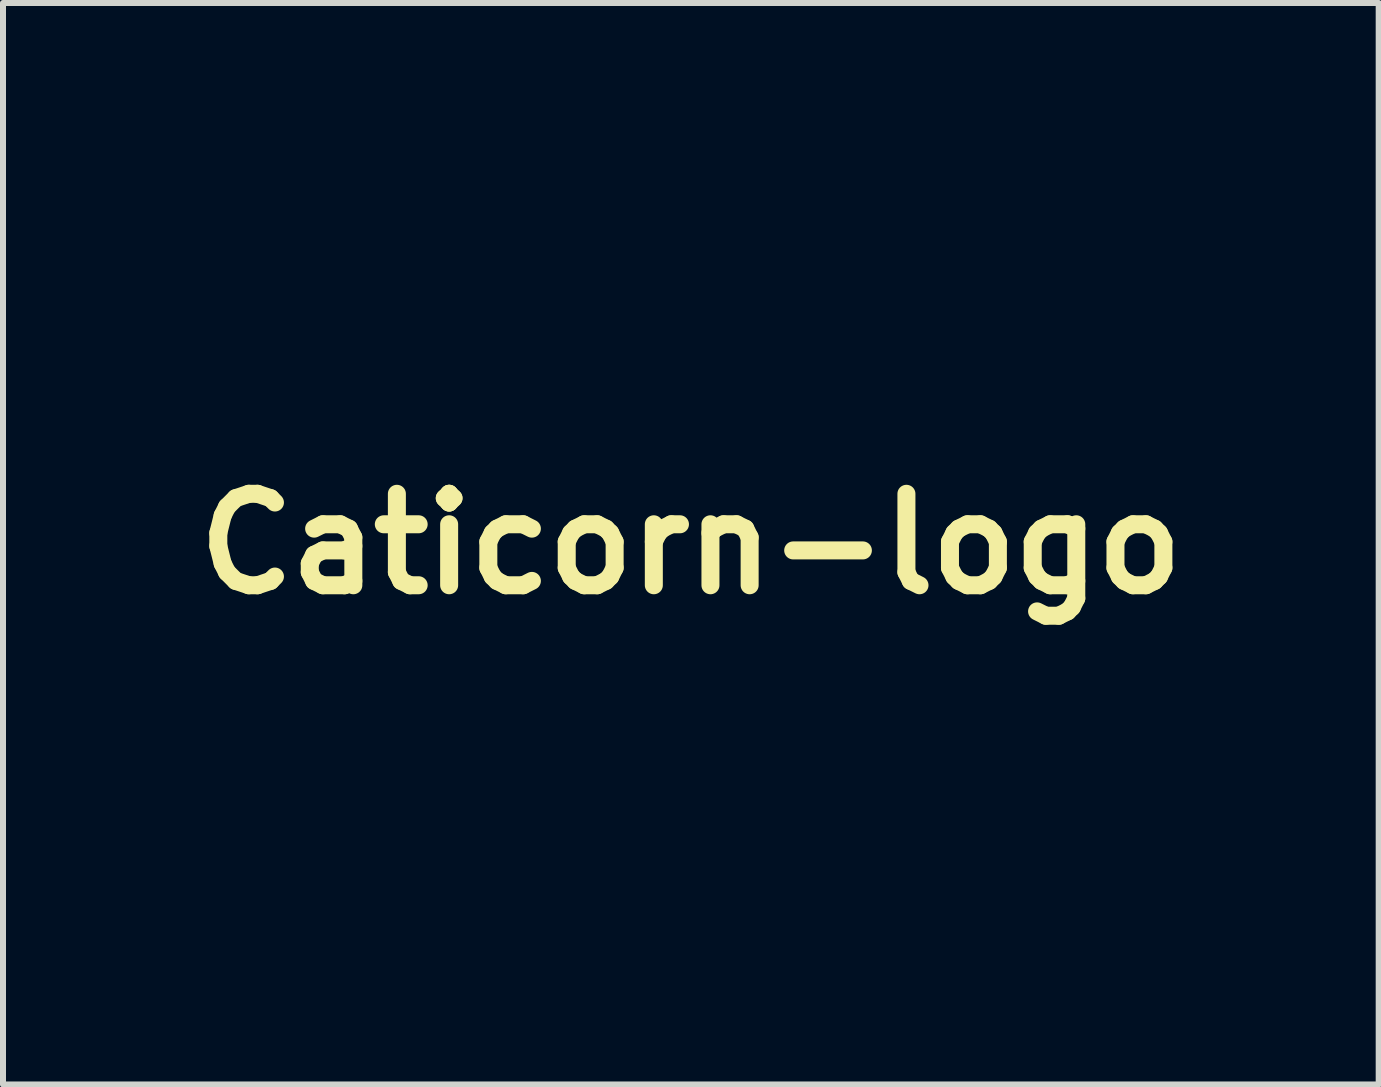
<source format=kicad_pcb>
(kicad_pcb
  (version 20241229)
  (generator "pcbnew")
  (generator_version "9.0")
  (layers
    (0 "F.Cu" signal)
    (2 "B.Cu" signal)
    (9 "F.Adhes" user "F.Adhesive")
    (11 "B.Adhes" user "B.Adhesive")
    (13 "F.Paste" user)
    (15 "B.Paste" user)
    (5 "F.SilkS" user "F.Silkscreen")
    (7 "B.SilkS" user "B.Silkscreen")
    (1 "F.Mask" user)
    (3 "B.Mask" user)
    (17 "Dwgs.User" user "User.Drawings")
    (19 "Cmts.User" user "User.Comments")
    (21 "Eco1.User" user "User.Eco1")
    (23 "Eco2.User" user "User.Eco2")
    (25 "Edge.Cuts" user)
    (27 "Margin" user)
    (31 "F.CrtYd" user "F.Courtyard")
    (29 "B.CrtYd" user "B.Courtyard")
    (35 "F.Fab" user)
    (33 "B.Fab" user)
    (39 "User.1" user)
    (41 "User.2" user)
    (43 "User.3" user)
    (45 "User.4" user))
  (footprint "Caticorn-logo"
    (layer "F.Cu")
    (at 8.462 6.013)
    (property "Reference" "Caticorn-logo" (at 0 0 0) (layer "F.SilkS") (effects (font (size 1.524 1.524) (thickness 0.3))))
    (attr board_only exclude_from_pos_files exclude_from_bom)
    (fp_poly (pts (xy 0.073 -5.98) (xy 0.129 -5.933) (xy 0.182 -5.86) (xy 0.236 -5.75) (xy 0.291 -5.604) (xy 0.348 -5.419) (xy 0.407 -5.194) (xy 0.468 -4.928) (xy 0.532 -4.619) (xy 0.598 -4.266) (xy 0.668 -3.868) (xy 0.741 -3.424) (xy 0.818 -2.931) (xy 0.898 -2.389) (xy 0.916 -2.267) (xy 1.012 -1.606) (xy 1.42 -1.47) (xy 1.569 -1.42) (xy 1.712 -1.37) (xy 1.837 -1.324) (xy 1.932 -1.287) (xy 1.968 -1.272) (xy 2.108 -1.21) (xy 2.454 -1.471) (xy 2.771 -1.702) (xy 3.056 -1.894) (xy 3.312 -2.047) (xy 3.54 -2.164) (xy 3.742 -2.243) (xy 3.876 -2.279) (xy 3.985 -2.297) (xy 4.071 -2.3) (xy 4.137 -2.282) (xy 4.186 -2.24) (xy 4.219 -2.169) (xy 4.241 -2.063) (xy 4.253 -1.918) (xy 4.258 -1.73) (xy 4.259 -1.586) (xy 4.258 -1.411) (xy 4.256 -1.275) (xy 4.252 -1.168) (xy 4.243 -1.077) (xy 4.23 -0.992) (xy 4.21 -0.901) (xy 4.183 -0.792) (xy 4.177 -0.767) (xy 4.137 -0.617) (xy 4.093 -0.457) (xy 4.05 -0.309) (xy 4.02 -0.212) (xy 3.946 0.023) (xy 4.034 0.17) (xy 4.238 0.548) (xy 4.397 0.932) (xy 4.509 1.316) (xy 4.517 1.356) (xy 4.536 1.456) (xy 4.549 1.565) (xy 4.558 1.692) (xy 4.563 1.848) (xy 4.564 2.045) (xy 4.564 2.059) (xy 4.564 2.232) (xy 4.562 2.364) (xy 4.557 2.465) (xy 4.549 2.546) (xy 4.536 2.618) (xy 4.518 2.691) (xy 4.493 2.775) (xy 4.493 2.775) (xy 4.451 2.905) (xy 4.402 3.041) (xy 4.357 3.159) (xy 4.348 3.182) (xy 4.314 3.27) (xy 4.292 3.34) (xy 4.286 3.378) (xy 4.287 3.38) (xy 4.319 3.394) (xy 4.381 3.402) (xy 4.396 3.402) (xy 4.532 3.417) (xy 4.69 3.457) (xy 4.853 3.517) (xy 5.007 3.589) (xy 5.134 3.668) (xy 5.193 3.717) (xy 5.253 3.798) (xy 5.266 3.877) (xy 5.233 3.946) (xy 5.229 3.95) (xy 5.188 3.978) (xy 5.132 3.987) (xy 5.054 3.976) (xy 4.945 3.944) (xy 4.855 3.912) (xy 4.73 3.869) (xy 4.592 3.827) (xy 4.454 3.789) (xy 4.33 3.759) (xy 4.231 3.74) (xy 4.18 3.735) (xy 4.139 3.751) (xy 4.09 3.803) (xy 4.032 3.892) (xy 3.988 3.97) (xy 3.956 4.028) (xy 3.945 4.055) (xy 3.945 4.055) (xy 3.97 4.069) (xy 4.028 4.099) (xy 4.108 4.139) (xy 4.118 4.144) (xy 4.326 4.257) (xy 4.496 4.364) (xy 4.624 4.465) (xy 4.711 4.558) (xy 4.753 4.642) (xy 4.749 4.713) (xy 4.701 4.769) (xy 4.644 4.799) (xy 4.585 4.804) (xy 4.513 4.782) (xy 4.42 4.731) (xy 4.33 4.672) (xy 4.15 4.554) (xy 3.994 4.466) (xy 3.851 4.402) (xy 3.806 4.385) (xy 3.707 4.35) (xy 3.593 4.469) (xy 3.479 4.587) (xy 3.537 4.627) (xy 3.641 4.709) (xy 3.743 4.807) (xy 3.834 4.91) (xy 3.906 5.009) (xy 3.952 5.094) (xy 3.965 5.146) (xy 3.942 5.21) (xy 3.885 5.264) (xy 3.81 5.293) (xy 3.785 5.295) (xy 3.732 5.285) (xy 3.671 5.25) (xy 3.591 5.186) (xy 3.548 5.147) (xy 3.415 5.027) (xy 3.312 4.942) (xy 3.237 4.891) (xy 3.187 4.872) (xy 3.167 4.876) (xy 3.133 4.899) (xy 3.069 4.945) (xy 2.983 5.007) (xy 2.903 5.066) (xy 2.513 5.334) (xy 2.133 5.556) (xy 1.764 5.731) (xy 1.408 5.858) (xy 1.164 5.918) (xy 0.922 5.957) (xy 0.64 5.985) (xy 0.332 6.002) (xy 0.008 6.007) (xy -0.321 6) (xy -0.608 5.984) (xy -0.961 5.94) (xy -1.306 5.863) (xy -1.65 5.749) (xy -1.997 5.598) (xy -2.354 5.406) (xy -2.726 5.171) (xy -2.862 5.077) (xy -3.002 4.981) (xy -3.106 4.917) (xy -3.177 4.881) (xy -3.219 4.872) (xy -3.223 4.873) (xy -3.261 4.896) (xy -3.326 4.945) (xy -3.409 5.015) (xy -3.483 5.08) (xy -3.595 5.177) (xy -3.681 5.243) (xy -3.749 5.279) (xy -3.807 5.293) (xy -3.866 5.287) (xy -3.872 5.285) (xy -3.928 5.249) (xy -3.952 5.181) (xy -3.946 5.093) (xy -3.909 4.992) (xy -3.849 4.896) (xy -3.793 4.836) (xy -3.712 4.766) (xy -3.63 4.705) (xy -3.477 4.601) (xy -3.587 4.476) (xy -3.649 4.411) (xy -3.703 4.365) (xy -3.735 4.35) (xy -3.788 4.362) (xy -3.874 4.397) (xy -3.982 4.45) (xy -4.103 4.515) (xy -4.227 4.588) (xy -4.343 4.663) (xy -4.348 4.666) (xy -4.442 4.727) (xy -4.525 4.775) (xy -4.586 4.804) (xy -4.606 4.809) (xy -4.678 4.786) (xy -4.73 4.729) (xy -4.753 4.65) (xy -4.742 4.567) (xy -4.709 4.525) (xy -4.638 4.466) (xy -4.537 4.394) (xy -4.414 4.314) (xy -4.278 4.233) (xy -4.182 4.181) (xy -4.085 4.129) (xy -4.007 4.087) (xy -3.96 4.062) (xy -0.971 4.062) (xy -0.971 4.113) (xy -0.952 4.182) (xy -0.919 4.254) (xy -0.904 4.277) (xy -0.79 4.4) (xy -0.651 4.482) (xy -0.493 4.52) (xy -0.325 4.514) (xy -0.151 4.461) (xy -0.15 4.46) (xy 0.001 4.392) (xy 0.135 4.46) (xy 0.297 4.516) (xy 0.467 4.524) (xy 0.601 4.499) (xy 0.687 4.461) (xy 0.772 4.399) (xy 0.85 4.323) (xy 0.914 4.242) (xy 0.955 4.164) (xy 0.967 4.099) (xy 0.951 4.062) (xy 0.926 4.06) (xy 0.897 4.103) (xy 0.883 4.134) (xy 0.818 4.251) (xy 0.732 4.33) (xy 0.612 4.384) (xy 0.592 4.391) (xy 0.456 4.416) (xy 0.328 4.414) (xy 0.218 4.387) (xy 0.134 4.339) (xy 0.087 4.271) (xy 0.081 4.248) (xy 0.089 4.189) (xy 0.132 4.129) (xy 0.217 4.064) (xy 0.294 4.018) (xy 0.402 3.94) (xy 0.474 3.843) (xy 0.516 3.716) (xy 0.528 3.638) (xy 0.531 3.538) (xy 0.506 3.48) (xy 0.45 3.46) (xy 0.358 3.475) (xy 0.351 3.477) (xy 0.263 3.511) (xy 0.166 3.56) (xy 0.126 3.583) (xy 0.058 3.625) (xy 0.008 3.652) (xy -0.008 3.658) (xy -0.036 3.645) (xy -0.094 3.612) (xy -0.146 3.58) (xy -0.264 3.515) (xy -0.369 3.476) (xy -0.452 3.465) (xy -0.501 3.48) (xy -0.529 3.533) (xy -0.536 3.617) (xy -0.522 3.717) (xy -0.489 3.818) (xy -0.48 3.838) (xy -0.424 3.923) (xy -0.348 3.988) (xy -0.287 4.024) (xy -0.171 4.102) (xy -0.103 4.18) (xy -0.084 4.254) (xy -0.11 4.319) (xy -0.18 4.37) (xy -0.293 4.402) (xy -0.422 4.411) (xy -0.584 4.398) (xy -0.707 4.358) (xy -0.799 4.285) (xy -0.868 4.178) (xy -0.872 4.17) (xy -0.907 4.099) (xy -0.937 4.053) (xy -0.951 4.041) (xy -0.971 4.062) (xy -3.96 4.062) (xy -3.958 4.061) (xy -3.945 4.054) (xy -3.954 4.031) (xy -3.983 3.977) (xy -4.026 3.903) (xy -4.027 3.902) (xy -4.074 3.822) (xy -4.109 3.759) (xy -4.125 3.726) (xy -4.153 3.718) (xy -4.22 3.725) (xy -4.316 3.743) (xy -4.432 3.771) (xy -4.559 3.805) (xy -4.687 3.844) (xy -4.806 3.885) (xy -4.908 3.925) (xy -4.914 3.928) (xy -5.022 3.976) (xy -5.093 4.003) (xy -5.141 4.011) (xy -5.175 4.002) (xy -5.206 3.976) (xy -5.218 3.965) (xy -5.268 3.889) (xy -5.268 3.81) (xy -5.222 3.731) (xy -5.13 3.654) (xy -4.995 3.579) (xy -4.82 3.508) (xy -4.606 3.444) (xy -4.562 3.433) (xy -4.442 3.402) (xy -4.365 3.378) (xy -4.324 3.358) (xy -4.31 3.339) (xy -4.313 3.327) (xy -4.347 3.233) (xy -4.385 3.105) (xy -4.424 2.956) (xy -4.459 2.802) (xy -4.487 2.658) (xy -4.493 2.622) (xy -4.514 2.43) (xy -4.52 2.226) (xy -4.509 2.002) (xy -4.481 1.747) (xy -4.438 1.466) (xy -4.426 1.405) (xy -3.53 1.405) (xy -3.511 1.43) (xy -3.465 1.47) (xy -3.45 1.482) (xy -3.329 1.541) (xy -3.19 1.553) (xy -3.054 1.525) (xy -2.98 1.505) (xy -2.926 1.5) (xy -2.91 1.504) (xy -2.905 1.538) (xy -2.912 1.607) (xy -2.928 1.696) (xy -2.93 1.703) (xy -2.945 1.793) (xy -2.96 1.92) (xy -2.973 2.069) (xy -2.982 2.224) (xy -2.985 2.277) (xy -2.99 2.478) (xy -2.985 2.634) (xy -2.965 2.751) (xy -2.924 2.835) (xy -2.857 2.892) (xy -2.759 2.928) (xy -2.623 2.948) (xy -2.446 2.959) (xy -2.36 2.962) (xy -2.2 2.965) (xy -2.085 2.964) (xy -2.009 2.958) (xy -1.965 2.947) (xy -1.957 2.942) (xy -1.918 2.885) (xy -1.887 2.786) (xy -1.864 2.641) (xy -1.847 2.449) (xy -1.844 2.404) (xy -1.836 2.274) (xy -1.827 2.187) (xy -1.816 2.136) (xy -1.802 2.113) (xy -1.791 2.11) (xy -1.771 2.123) (xy -1.753 2.166) (xy -1.732 2.245) (xy -1.708 2.365) (xy -1.697 2.43) (xy -1.675 2.564) (xy -1.657 2.69) (xy -1.644 2.795) (xy -1.639 2.862) (xy -1.622 2.961) (xy -1.576 3.023) (xy -1.512 3.043) (xy -1.497 3.036) (xy -1.488 3.007) (xy -1.485 2.951) (xy -1.486 2.86) (xy -1.486 2.843) (xy 1.486 2.843) (xy 1.486 2.949) (xy 1.493 3.013) (xy 1.508 3.041) (xy 1.533 3.038) (xy 1.569 3.01) (xy 1.582 2.997) (xy 1.611 2.949) (xy 1.632 2.867) (xy 1.647 2.747) (xy 1.661 2.616) (xy 1.681 2.481) (xy 1.704 2.353) (xy 1.729 2.242) (xy 1.753 2.158) (xy 1.774 2.111) (xy 1.781 2.105) (xy 1.797 2.123) (xy 1.812 2.191) (xy 1.824 2.309) (xy 1.828 2.366) (xy 1.845 2.548) (xy 1.867 2.703) (xy 1.893 2.826) (xy 1.922 2.91) (xy 1.948 2.946) (xy 1.988 2.955) (xy 2.067 2.96) (xy 2.176 2.962) (xy 2.302 2.96) (xy 2.435 2.955) (xy 2.564 2.948) (xy 2.676 2.939) (xy 2.762 2.927) (xy 2.806 2.917) (xy 2.874 2.883) (xy 2.923 2.835) (xy 2.955 2.763) (xy 2.975 2.66) (xy 2.986 2.517) (xy 2.988 2.468) (xy 2.989 2.307) (xy 2.98 2.138) (xy 2.96 1.948) (xy 2.927 1.729) (xy 2.897 1.554) (xy 2.893 1.508) (xy 2.908 1.488) (xy 2.951 1.492) (xy 3.031 1.517) (xy 3.044 1.522) (xy 3.195 1.556) (xy 3.326 1.543) (xy 3.438 1.484) (xy 3.487 1.438) (xy 3.51 1.409) (xy 3.509 1.394) (xy 3.475 1.388) (xy 3.4 1.386) (xy 3.382 1.386) (xy 3.275 1.378) (xy 3.18 1.355) (xy 3.108 1.323) (xy 3.072 1.285) (xy 3.069 1.273) (xy 3.086 1.238) (xy 3.128 1.184) (xy 3.151 1.159) (xy 3.196 1.104) (xy 3.201 1.079) (xy 3.166 1.081) (xy 3.095 1.113) (xy 3.044 1.142) (xy 2.907 1.211) (xy 2.803 1.241) (xy 2.731 1.233) (xy 2.693 1.186) (xy 2.686 1.134) (xy 2.686 1.047) (xy 2.602 1.131) (xy 2.495 1.207) (xy 2.343 1.271) (xy 2.337 1.273) (xy 2.145 1.35) (xy 1.99 1.449) (xy 1.858 1.579) (xy 1.818 1.63) (xy 1.706 1.795) (xy 1.622 1.963) (xy 1.561 2.142) (xy 1.52 2.346) (xy 1.496 2.584) (xy 1.491 2.692) (xy 1.486 2.843) (xy -1.486 2.843) (xy -1.491 2.725) (xy -1.492 2.705) (xy -1.501 2.561) (xy -1.514 2.419) (xy -1.53 2.295) (xy -1.546 2.206) (xy -1.546 2.206) (xy -1.618 1.993) (xy -1.726 1.781) (xy -1.857 1.593) (xy -1.895 1.55) (xy -1.983 1.46) (xy -2.068 1.393) (xy -2.165 1.338) (xy -2.288 1.288) (xy -2.385 1.255) (xy -2.522 1.198) (xy -2.612 1.131) (xy -2.621 1.122) (xy -2.686 1.045) (xy -2.686 1.124) (xy -2.697 1.187) (xy -2.738 1.223) (xy -2.756 1.23) (xy -2.799 1.24) (xy -2.846 1.235) (xy -2.911 1.21) (xy -3 1.165) (xy -3.11 1.11) (xy -3.178 1.083) (xy -3.206 1.082) (xy -3.196 1.108) (xy -3.151 1.159) (xy -3.102 1.216) (xy -3.073 1.261) (xy -3.069 1.273) (xy -3.093 1.312) (xy -3.156 1.346) (xy -3.245 1.372) (xy -3.349 1.386) (xy -3.38 1.386) (xy -3.46 1.389) (xy -3.514 1.397) (xy -3.53 1.405) (xy -4.426 1.405) (xy -4.381 1.179) (xy -4.313 0.925) (xy -4.227 0.682) (xy -4.117 0.434) (xy -4.079 0.356) (xy -4.015 0.221) (xy -3.97 0.114) (xy -3.948 0.041) (xy -3.947 0.015) (xy -3.958 -0.028) (xy -3.978 -0.111) (xy -4.006 -0.221) (xy -4.039 -0.35) (xy -4.051 -0.396) (xy -4.124 -0.712) (xy -4.177 -1.012) (xy -4.184 -1.069) (xy -3.756 -1.069) (xy -3.747 -0.927) (xy -3.728 -0.811) (xy -3.727 -0.805) (xy -3.69 -0.682) (xy -3.649 -0.568) (xy -3.606 -0.473) (xy -3.567 -0.405) (xy -3.535 -0.374) (xy -3.523 -0.375) (xy -3.485 -0.4) (xy -3.423 -0.443) (xy -3.389 -0.468) (xy -3.33 -0.507) (xy -3.285 -0.534) (xy -2.068 -0.534) (xy -2.047 -0.397) (xy -2.002 -0.249) (xy -1.937 -0.099) (xy -1.871 0.017) (xy -1.753 0.167) (xy -1.615 0.276) (xy -1.449 0.35) (xy -1.32 0.383) (xy -1.209 0.394) (xy -1.121 0.374) (xy -1.057 0.335) (xy -1.01 0.285) (xy -0.949 0.197) (xy -0.879 0.08) (xy -0.804 -0.058) (xy -0.73 -0.208) (xy -0.694 -0.287) (xy -0.646 -0.406) (xy -0.617 -0.5) (xy -0.604 -0.588) (xy -0.601 -0.67) (xy -0.605 -0.784) (xy -0.62 -0.85) (xy -0.651 -0.872) (xy -0.705 -0.85) (xy -0.786 -0.789) (xy -0.818 -0.763) (xy -0.974 -0.634) (xy -1.099 -0.541) (xy -1.195 -0.484) (xy -1.266 -0.46) (xy -1.314 -0.469) (xy -1.342 -0.509) (xy -1.343 -0.513) (xy -1.348 -0.556) (xy -1.33 -0.604) (xy -1.287 -0.66) (xy -1.213 -0.73) (xy -1.104 -0.819) (xy -0.984 -0.91) (xy -0.904 -0.972) (xy -0.358 -0.972) (xy -0.355 -0.838) (xy -0.345 -0.745) (xy -0.329 -0.697) (xy -0.327 -0.696) (xy -0.283 -0.68) (xy -0.191 -0.669) (xy -0.052 -0.665) (xy -0.024 -0.665) (xy 0.104 -0.666) (xy 0.19 -0.672) (xy 0.244 -0.682) (xy 0.268 -0.694) (xy 0.547 -0.694) (xy 0.553 -0.593) (xy 0.583 -0.474) (xy 0.639 -0.328) (xy 0.712 -0.166) (xy 0.804 0.02) (xy 0.882 0.163) (xy 0.952 0.267) (xy 1.02 0.336) (xy 1.092 0.375) (xy 1.174 0.388) (xy 1.272 0.379) (xy 1.392 0.351) (xy 1.429 0.341) (xy 1.574 0.276) (xy 1.708 0.166) (xy 1.827 0.017) (xy 1.926 -0.165) (xy 2.001 -0.374) (xy 2.01 -0.407) (xy 2.032 -0.51) (xy 2.038 -0.585) (xy 2.027 -0.652) (xy 2.022 -0.672) (xy 2.006 -0.717) (xy 1.983 -0.753) (xy 1.944 -0.785) (xy 1.881 -0.823) (xy 1.784 -0.871) (xy 1.731 -0.896) (xy 1.598 -0.955) (xy 1.484 -0.999) (xy 2.558 -0.999) (xy 2.579 -0.981) (xy 2.639 -0.945) (xy 2.729 -0.894) (xy 2.842 -0.833) (xy 2.935 -0.783) (xy 3.073 -0.709) (xy 3.206 -0.634) (xy 3.322 -0.565) (xy 3.409 -0.509) (xy 3.44 -0.486) (xy 3.509 -0.434) (xy 3.562 -0.398) (xy 3.586 -0.385) (xy 3.603 -0.406) (xy 3.631 -0.463) (xy 3.658 -0.529) (xy 3.728 -0.749) (xy 3.772 -0.967) (xy 3.793 -1.204) (xy 3.795 -1.307) (xy 3.795 -1.457) (xy 3.787 -1.564) (xy 3.77 -1.632) (xy 3.74 -1.67) (xy 3.694 -1.684) (xy 3.629 -1.681) (xy 3.626 -1.68) (xy 3.538 -1.658) (xy 3.421 -1.613) (xy 3.29 -1.553) (xy 3.159 -1.484) (xy 3.042 -1.413) (xy 3.007 -1.389) (xy 2.927 -1.329) (xy 2.837 -1.257) (xy 2.747 -1.181) (xy 2.665 -1.11) (xy 2.602 -1.05) (xy 2.564 -1.01) (xy 2.558 -0.999) (xy 1.484 -0.999) (xy 1.449 -1.012) (xy 1.292 -1.066) (xy 1.135 -1.114) (xy 0.988 -1.154) (xy 0.856 -1.184) (xy 0.75 -1.201) (xy 0.677 -1.204) (xy 0.649 -1.194) (xy 0.651 -1.164) (xy 0.692 -1.112) (xy 0.765 -1.045) (xy 0.866 -0.968) (xy 0.908 -0.938) (xy 1.056 -0.83) (xy 1.172 -0.73) (xy 1.254 -0.64) (xy 1.299 -0.565) (xy 1.305 -0.507) (xy 1.269 -0.471) (xy 1.266 -0.47) (xy 1.22 -0.462) (xy 1.166 -0.475) (xy 1.096 -0.513) (xy 1.004 -0.579) (xy 0.884 -0.677) (xy 0.869 -0.689) (xy 0.775 -0.768) (xy 0.695 -0.832) (xy 0.637 -0.877) (xy 0.609 -0.895) (xy 0.608 -0.895) (xy 0.592 -0.873) (xy 0.57 -0.817) (xy 0.561 -0.787) (xy 0.547 -0.694) (xy 0.268 -0.694) (xy 0.276 -0.698) (xy 0.285 -0.707) (xy 0.305 -0.76) (xy 0.317 -0.859) (xy 0.32 -0.972) (xy 0.318 -1.095) (xy 0.308 -1.18) (xy 0.282 -1.234) (xy 0.231 -1.263) (xy 0.147 -1.276) (xy 0.022 -1.279) (xy -0.024 -1.279) (xy -0.17 -1.276) (xy -0.271 -1.267) (xy -0.323 -1.251) (xy -0.327 -1.248) (xy -0.344 -1.204) (xy -0.354 -1.115) (xy -0.358 -0.983) (xy -0.358 -0.972) (xy -0.904 -0.972) (xy -0.847 -1.016) (xy -0.753 -1.096) (xy -0.702 -1.151) (xy -0.696 -1.185) (xy -0.734 -1.198) (xy -0.817 -1.193) (xy -0.945 -1.17) (xy -1.023 -1.153) (xy -1.201 -1.108) (xy -1.382 -1.053) (xy -1.557 -0.991) (xy -1.717 -0.925) (xy -1.854 -0.86) (xy -1.96 -0.798) (xy -2.026 -0.743) (xy -2.034 -0.733) (xy -2.065 -0.65) (xy -2.068 -0.534) (xy -3.285 -0.534) (xy -3.237 -0.564) (xy -3.122 -0.633) (xy -2.995 -0.706) (xy -2.953 -0.73) (xy -2.831 -0.8) (xy -2.723 -0.866) (xy -2.638 -0.921) (xy -2.584 -0.96) (xy -2.573 -0.969) (xy -2.548 -1.002) (xy -2.546 -1.031) (xy -2.57 -1.072) (xy -2.609 -1.121) (xy -2.764 -1.281) (xy -2.962 -1.425) (xy -3.207 -1.557) (xy -3.305 -1.601) (xy -3.44 -1.655) (xy -3.539 -1.683) (xy -3.609 -1.685) (xy -3.658 -1.661) (xy -3.693 -1.61) (xy -3.701 -1.592) (xy -3.728 -1.499) (xy -3.746 -1.371) (xy -3.755 -1.222) (xy -3.756 -1.069) (xy -4.184 -1.069) (xy -4.213 -1.317) (xy -4.235 -1.647) (xy -4.238 -1.71) (xy -4.243 -1.865) (xy -4.246 -1.978) (xy -4.244 -2.06) (xy -4.237 -2.121) (xy -4.224 -2.171) (xy -4.206 -2.22) (xy -4.201 -2.231) (xy -4.157 -2.306) (xy -4.1 -2.354) (xy -4.027 -2.377) (xy -3.933 -2.373) (xy -3.815 -2.341) (xy -3.67 -2.28) (xy -3.493 -2.191) (xy -3.281 -2.071) (xy -3.172 -2.006) (xy -3.008 -1.903) (xy -2.841 -1.789) (xy -2.663 -1.657) (xy -2.465 -1.501) (xy -2.241 -1.316) (xy -2.217 -1.296) (xy -2.1 -1.198) (xy -1.862 -1.287) (xy -1.721 -1.336) (xy -1.562 -1.385) (xy -1.412 -1.426) (xy -1.381 -1.434) (xy -1.276 -1.46) (xy -1.19 -1.484) (xy -1.135 -1.501) (xy -1.122 -1.507) (xy -1.113 -1.535) (xy -1.098 -1.607) (xy -1.091 -1.65) (xy 0.07 -1.65) (xy 0.349 -1.622) (xy 0.463 -1.61) (xy 0.558 -1.6) (xy 0.623 -1.593) (xy 0.646 -1.59) (xy 0.662 -1.607) (xy 0.665 -1.633) (xy 0.661 -1.677) (xy 0.65 -1.75) (xy 0.635 -1.834) (xy 0.619 -1.913) (xy 0.606 -1.971) (xy 0.6 -1.991) (xy 0.573 -1.987) (xy 0.515 -1.959) (xy 0.436 -1.914) (xy 0.347 -1.857) (xy 0.258 -1.795) (xy 0.225 -1.77) (xy 0.07 -1.65) (xy -1.091 -1.65) (xy -1.078 -1.717) (xy -1.073 -1.746) (xy -0.691 -1.746) (xy -0.681 -1.723) (xy -0.645 -1.716) (xy -0.573 -1.723) (xy -0.471 -1.745) (xy -0.368 -1.778) (xy -0.349 -1.786) (xy -0.286 -1.822) (xy -0.196 -1.882) (xy -0.093 -1.956) (xy -0.013 -2.019) (xy 0.128 -2.129) (xy 0.242 -2.209) (xy 0.337 -2.264) (xy 0.424 -2.299) (xy 0.481 -2.314) (xy 0.538 -2.334) (xy 0.554 -2.363) (xy 0.551 -2.375) (xy 0.543 -2.414) (xy 0.529 -2.493) (xy 0.51 -2.6) (xy 0.49 -2.726) (xy 0.468 -2.86) (xy 0.448 -2.991) (xy 0.43 -3.107) (xy 0.417 -3.2) (xy 0.41 -3.257) (xy 0.409 -3.268) (xy 0.389 -3.295) (xy 0.333 -3.297) (xy 0.247 -3.275) (xy 0.139 -3.233) (xy 0.015 -3.173) (xy -0.117 -3.098) (xy -0.184 -3.055) (xy -0.276 -2.996) (xy -0.354 -2.949) (xy -0.406 -2.921) (xy -0.421 -2.916) (xy -0.448 -2.91) (xy -0.472 -2.889) (xy -0.493 -2.849) (xy -0.515 -2.781) (xy -0.537 -2.682) (xy -0.563 -2.545) (xy -0.595 -2.364) (xy -0.6 -2.331) (xy -0.627 -2.168) (xy -0.65 -2.021) (xy -0.67 -1.897) (xy -0.683 -1.806) (xy -0.69 -1.754) (xy -0.691 -1.746) (xy -1.073 -1.746) (xy -1.054 -1.856) (xy -1.027 -2.019) (xy -0.998 -2.2) (xy -0.998 -2.2) (xy -0.909 -2.758) (xy -0.825 -3.266) (xy -0.813 -3.34) (xy -0.46 -3.34) (xy -0.45 -3.326) (xy -0.416 -3.337) (xy -0.353 -3.374) (xy -0.258 -3.439) (xy -0.082 -3.541) (xy 0.125 -3.623) (xy 0.13 -3.624) (xy 0.244 -3.663) (xy 0.313 -3.693) (xy 0.344 -3.718) (xy 0.347 -3.735) (xy 0.339 -3.773) (xy 0.325 -3.851) (xy 0.307 -3.96) (xy 0.286 -4.087) (xy 0.279 -4.131) (xy 0.258 -4.26) (xy 0.24 -4.369) (xy 0.226 -4.45) (xy 0.217 -4.493) (xy 0.216 -4.498) (xy 0.188 -4.494) (xy 0.133 -4.463) (xy 0.059 -4.411) (xy -0.023 -4.344) (xy -0.025 -4.343) (xy -0.1 -4.285) (xy -0.172 -4.243) (xy -0.21 -4.228) (xy -0.27 -4.208) (xy -0.303 -4.185) (xy -0.313 -4.155) (xy -0.329 -4.084) (xy -0.35 -3.984) (xy -0.373 -3.865) (xy -0.397 -3.737) (xy -0.419 -3.611) (xy -0.439 -3.498) (xy -0.453 -3.407) (xy -0.46 -3.349) (xy -0.46 -3.34) (xy -0.813 -3.34) (xy -0.746 -3.727) (xy -0.672 -4.14) (xy -0.601 -4.508) (xy -0.543 -4.791) (xy -0.228 -4.791) (xy -0.22 -4.762) (xy -0.19 -4.768) (xy -0.137 -4.804) (xy -0.113 -4.822) (xy -0.043 -4.871) (xy 0.014 -4.903) (xy 0.039 -4.911) (xy 0.08 -4.925) (xy 0.088 -4.934) (xy 0.086 -4.967) (xy 0.071 -5.033) (xy 0.046 -5.118) (xy 0.016 -5.207) (xy -0.014 -5.286) (xy -0.039 -5.34) (xy -0.049 -5.354) (xy -0.069 -5.345) (xy -0.097 -5.288) (xy -0.133 -5.183) (xy -0.175 -5.034) (xy -0.191 -4.971) (xy -0.218 -4.859) (xy -0.228 -4.791) (xy -0.543 -4.791) (xy -0.535 -4.831) (xy -0.472 -5.112) (xy -0.413 -5.35) (xy -0.356 -5.549) (xy -0.303 -5.708) (xy -0.252 -5.83) (xy -0.203 -5.915) (xy -0.188 -5.935) (xy -0.107 -5.998) (xy -0.017 -6.013)) (stroke (width 0) (type solid)) (fill yes) (layer "F.Mask")))
  (gr_rect
    (start -3 -3)
    (end 19.924 15.021)
    (stroke (width 0.1) (type default))
    (fill no)
    (layer "Edge.Cuts")))
</source>
